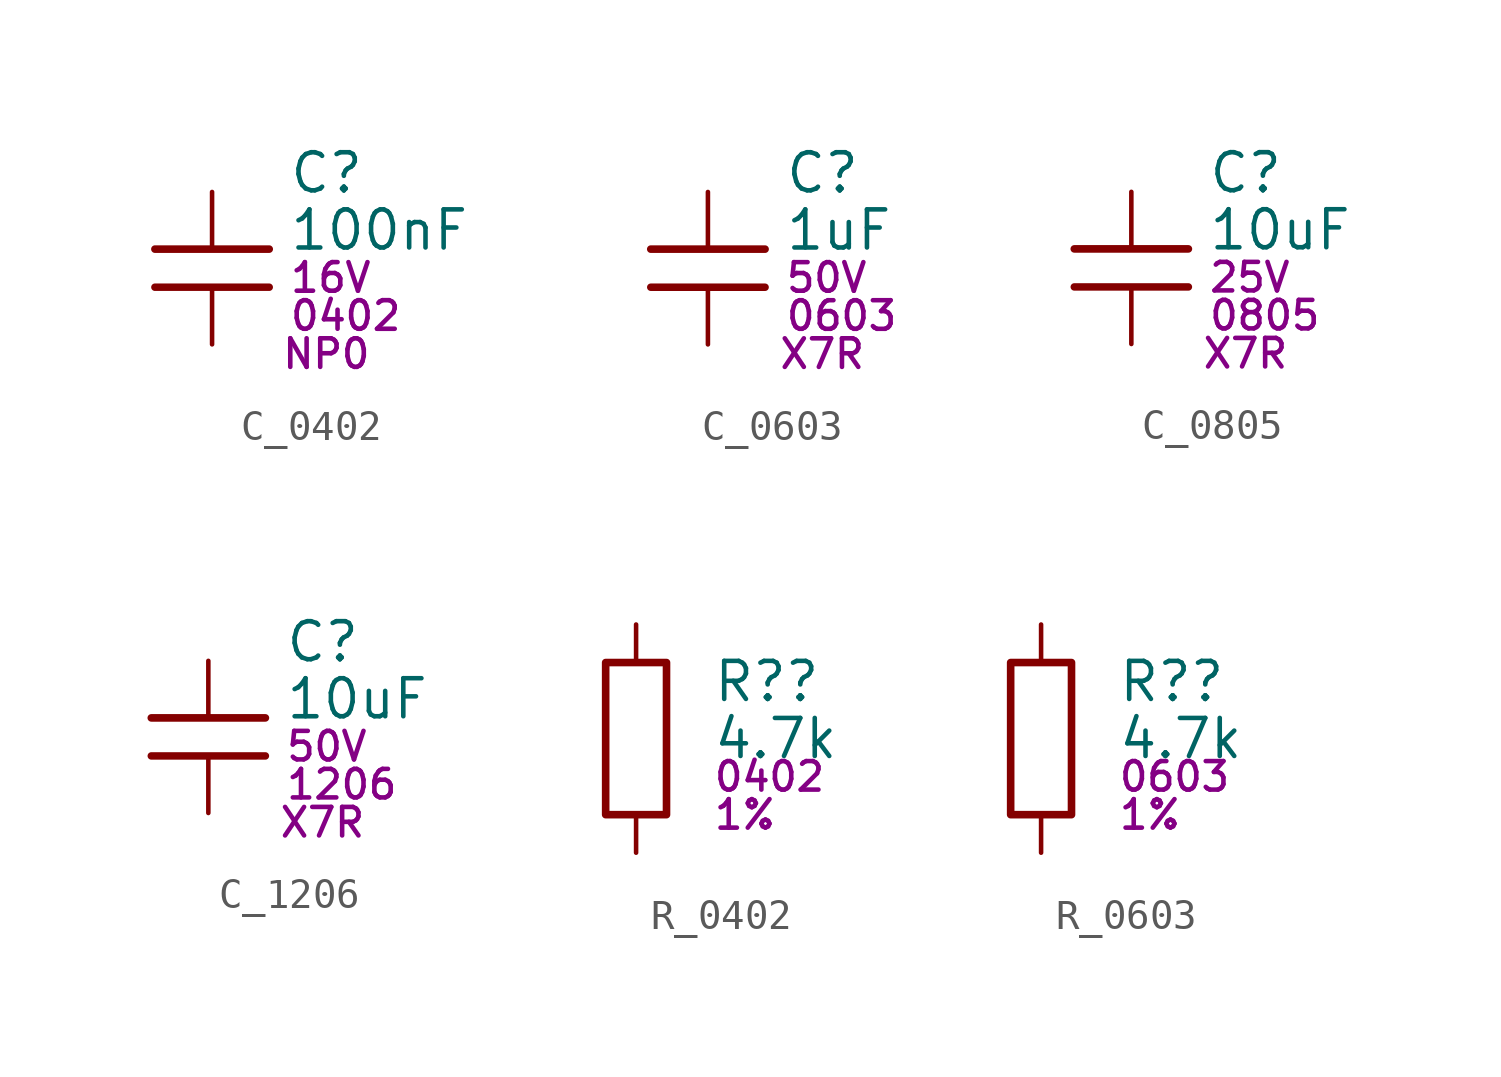
<source format=kicad_sym>
(kicad_symbol_lib
  (version 20231120)
  (generator "kicad_symbol_editor")
  (generator_version "8.0")
  (symbol "C_0402"
    (pin_numbers hide)
    (pin_names
      (offset 0.254))
    (property "Reference" "C"
      (at 2.54 3.175 0)
      (effects (font (size 1.27 1.27)) (justify left)))
    (property "Value" "100nF"
      (at 2.54 1.27 0)
      (effects (font (size 1.27 1.27)) (justify left)))
    (property "Footprint size" "0402"
      (at 2.54 -1.587 0)
      (effects (font (size 0.953 0.953)) (justify left)))
    (property "Voltage" "16V"
      (at 2.54 -0.318 0)
      (effects (font (size 0.953 0.953)) (justify left)))
    (property "Type" "NP0"
      (at 3.81 -2.857 0)
      (effects (font (size 0.953 0.953))))
    (symbol "C_0402_0_1"
      (polyline (pts (xy -1.905 -0.635) (xy 1.905 -0.635)) (stroke (width 0.25) (type default)) (fill (type none))))
    (symbol "C_0402_1_1"
      (polyline (pts (xy -1.905 0.635) (xy 1.905 0.635)) (stroke (width 0.254) (type default)) (fill (type none)))
      (pin passive line (at 0 2.54 270) (length 1.905) (name "~" (effects (font (size 1.27 1.27)))) (number "1" (effects (font (size 1.27 1.27)))))
      (pin passive line (at 0 -2.54 90) (length 1.905) (name "~" (effects (font (size 1.27 1.27)))) (number "2" (effects (font (size 1.27 1.27)))))))
  (symbol "C_0603"
    (pin_numbers hide)
    (pin_names
      (offset 0.254))
    (property "Reference" "C"
      (at 2.54 3.175 0)
      (effects (font (size 1.27 1.27)) (justify left)))
    (property "Value" "1uF"
      (at 2.54 1.27 0)
      (effects (font (size 1.27 1.27)) (justify left)))
    (property "Footprint size" "0603"
      (at 2.54 -1.587 0)
      (effects (font (size 0.953 0.953)) (justify left)))
    (property "Voltage" "50V"
      (at 2.54 -0.318 0)
      (effects (font (size 0.953 0.953)) (justify left)))
    (property "Type" "X7R"
      (at 3.81 -2.857 0)
      (effects (font (size 0.953 0.953))))
    (symbol "C_0603_0_1"
      (polyline (pts (xy -1.905 -0.635) (xy 1.905 -0.635)) (stroke (width 0.25) (type default)) (fill (type none))))
    (symbol "C_0603_1_1"
      (polyline (pts (xy -1.905 0.635) (xy 1.905 0.635)) (stroke (width 0.254) (type default)) (fill (type none)))
      (pin passive line (at 0 2.54 270) (length 1.905) (name "~" (effects (font (size 1.27 1.27)))) (number "1" (effects (font (size 1.27 1.27)))))
      (pin passive line (at 0 -2.54 90) (length 1.905) (name "~" (effects (font (size 1.27 1.27)))) (number "2" (effects (font (size 1.27 1.27)))))))
  (symbol "C_0805"
    (pin_numbers hide)
    (pin_names
      (offset 0.254))
    (property "Reference" "C"
      (at 2.54 3.175 0)
      (effects (font (size 1.27 1.27)) (justify left)))
    (property "Value" "10uF"
      (at 2.54 1.27 0)
      (effects (font (size 1.27 1.27)) (justify left)))
    (property "Footprint size" "0805"
      (at 2.54 -1.587 0)
      (effects (font (size 0.953 0.953)) (justify left)))
    (property "Voltage" "25V"
      (at 2.54 -0.318 0)
      (effects (font (size 0.953 0.953)) (justify left)))
    (property "Type" "X7R"
      (at 3.81 -2.857 0)
      (effects (font (size 0.953 0.953))))
    (symbol "C_0805_0_1"
      (polyline (pts (xy -1.905 -0.635) (xy 1.905 -0.635)) (stroke (width 0.25) (type default)) (fill (type none))))
    (symbol "C_0805_1_1"
      (polyline (pts (xy -1.905 0.635) (xy 1.905 0.635)) (stroke (width 0.254) (type default)) (fill (type none)))
      (pin passive line (at 0 2.54 270) (length 1.905) (name "~" (effects (font (size 1.27 1.27)))) (number "1" (effects (font (size 1.27 1.27)))))
      (pin passive line (at 0 -2.54 90) (length 1.905) (name "~" (effects (font (size 1.27 1.27)))) (number "2" (effects (font (size 1.27 1.27)))))))
  (symbol "C_1206"
    (pin_numbers hide)
    (pin_names
      (offset 0.254))
    (property "Reference" "C"
      (at 2.54 3.175 0)
      (effects (font (size 1.27 1.27)) (justify left)))
    (property "Value" "10uF"
      (at 2.54 1.27 0)
      (effects (font (size 1.27 1.27)) (justify left)))
    (property "Footprint size" "1206"
      (at 2.54 -1.587 0)
      (effects (font (size 0.953 0.953)) (justify left)))
    (property "Voltage" "50V"
      (at 2.54 -0.318 0)
      (effects (font (size 0.953 0.953)) (justify left)))
    (property "Type" "X7R"
      (at 3.81 -2.857 0)
      (effects (font (size 0.953 0.953))))
    (symbol "C_1206_0_1"
      (polyline (pts (xy -1.905 -0.635) (xy 1.905 -0.635)) (stroke (width 0.25) (type default)) (fill (type none))))
    (symbol "C_1206_1_1"
      (polyline (pts (xy -1.905 0.635) (xy 1.905 0.635)) (stroke (width 0.254) (type default)) (fill (type none)))
      (pin passive line (at 0 2.54 270) (length 1.905) (name "~" (effects (font (size 1.27 1.27)))) (number "1" (effects (font (size 1.27 1.27)))))
      (pin passive line (at 0 -2.54 90) (length 1.905) (name "~" (effects (font (size 1.27 1.27)))) (number "2" (effects (font (size 1.27 1.27)))))))
  (symbol "R_0402"
    (pin_numbers hide)
    (pin_names
      (offset 0))
    (property "Reference" "R?"
      (at 2.54 1.905 0)
      (effects (font (size 1.27 1.27)) (justify left)))
    (property "Value" "4.7k"
      (at 2.54 0 0)
      (effects (font (size 1.27 1.27)) (justify left)))
    (property "Footprint size" "0402"
      (at 2.54 -1.27 0)
      (effects (font (size 0.953 0.953)) (justify left)))
    (property "Voltage" ""
      (at 0 0 0)
      (effects (font (size 1.27 1.27))))
    (property "Tolerance" "1%"
      (at 2.54 -2.54 0)
      (effects (font (size 0.953 0.953)) (justify left)))
    (symbol "R_0402_0_1"
      (rectangle (start -1.016 2.54) (end 1.016 -2.54) (stroke (width 0.254) (type default)) (fill (type none))))
    (symbol "R_0402_1_1"
      (pin passive line (at 0 3.81 270) (length 1.27) (name "~" (effects (font (size 1.27 1.27)))) (number "1" (effects (font (size 1.27 1.27)))))
      (pin passive line (at 0 -3.81 90) (length 1.27) (name "~" (effects (font (size 1.27 1.27)))) (number "2" (effects (font (size 1.27 1.27)))))))
  (symbol "R_0603"
    (pin_numbers hide)
    (pin_names
      (offset 0))
    (property "Reference" "R?"
      (at 2.54 1.905 0)
      (effects (font (size 1.27 1.27)) (justify left)))
    (property "Value" "4.7k"
      (at 2.54 0 0)
      (effects (font (size 1.27 1.27)) (justify left)))
    (property "Footprint size" "0603"
      (at 2.54 -1.27 0)
      (effects (font (size 0.953 0.953)) (justify left)))
    (property "Voltage" ""
      (at 0 0 0)
      (effects (font (size 1.27 1.27))))
    (property "Tolerance" "1%"
      (at 2.54 -2.54 0)
      (effects (font (size 0.953 0.953)) (justify left)))
    (symbol "R_0603_0_1"
      (rectangle (start -1.016 2.54) (end 1.016 -2.54) (stroke (width 0.254) (type default)) (fill (type none))))
    (symbol "R_0603_1_1"
      (pin passive line (at 0 3.81 270) (length 1.27) (name "~" (effects (font (size 1.27 1.27)))) (number "1" (effects (font (size 1.27 1.27)))))
      (pin passive line (at 0 -3.81 90) (length 1.27) (name "~" (effects (font (size 1.27 1.27)))) (number "2" (effects (font (size 1.27 1.27))))))))
</source>
